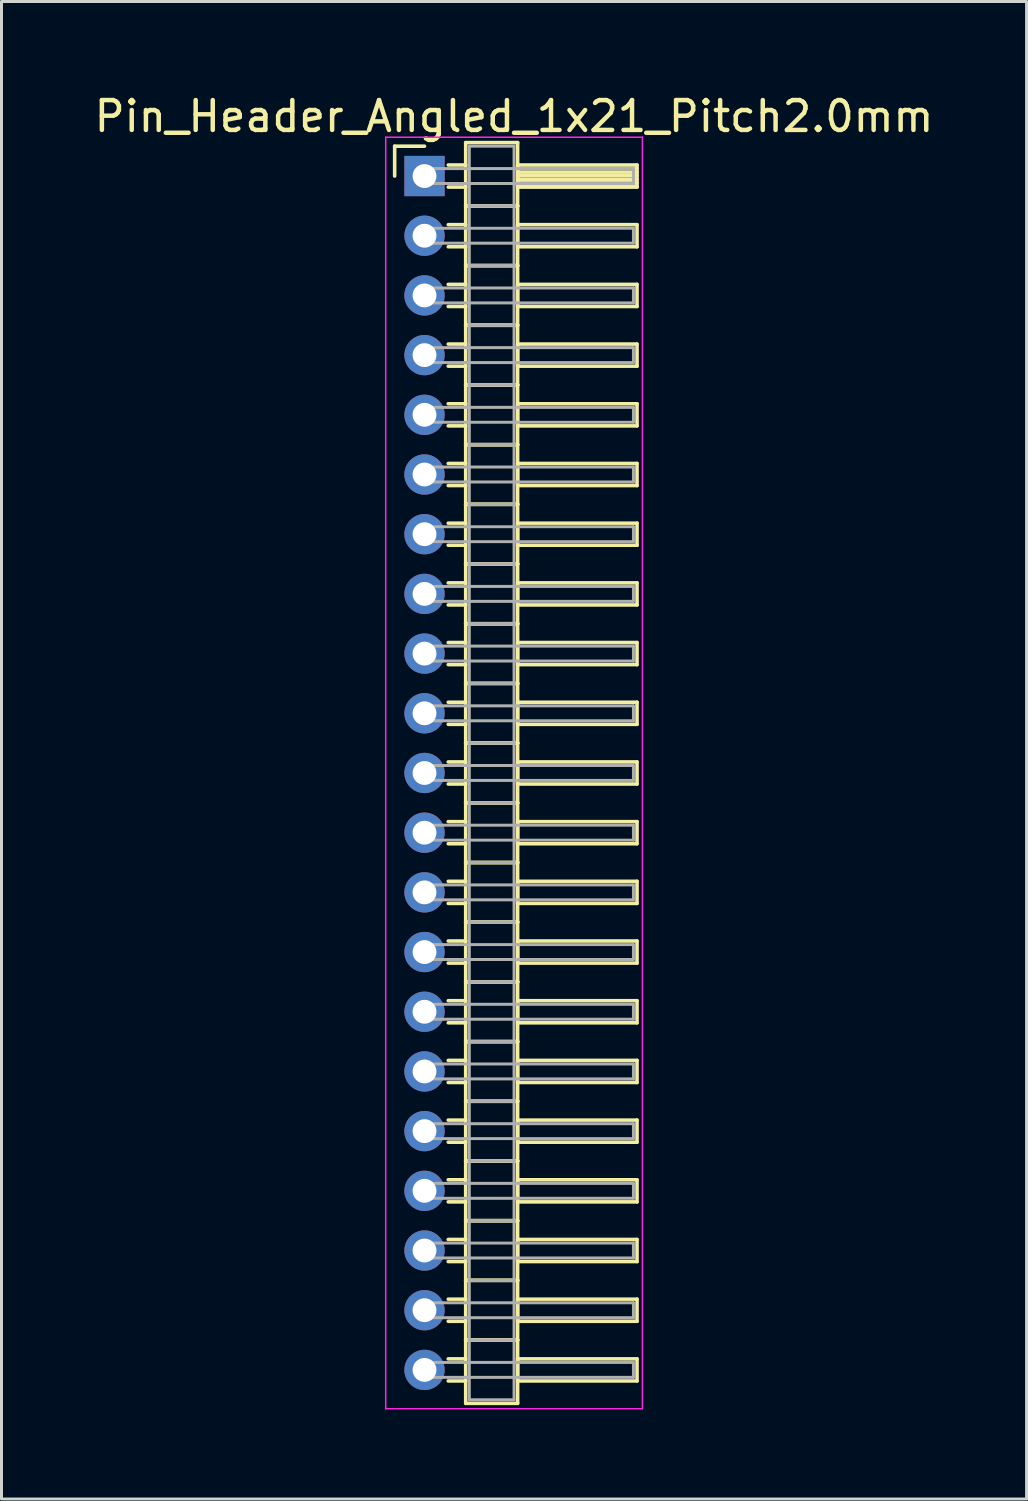
<source format=kicad_pcb>
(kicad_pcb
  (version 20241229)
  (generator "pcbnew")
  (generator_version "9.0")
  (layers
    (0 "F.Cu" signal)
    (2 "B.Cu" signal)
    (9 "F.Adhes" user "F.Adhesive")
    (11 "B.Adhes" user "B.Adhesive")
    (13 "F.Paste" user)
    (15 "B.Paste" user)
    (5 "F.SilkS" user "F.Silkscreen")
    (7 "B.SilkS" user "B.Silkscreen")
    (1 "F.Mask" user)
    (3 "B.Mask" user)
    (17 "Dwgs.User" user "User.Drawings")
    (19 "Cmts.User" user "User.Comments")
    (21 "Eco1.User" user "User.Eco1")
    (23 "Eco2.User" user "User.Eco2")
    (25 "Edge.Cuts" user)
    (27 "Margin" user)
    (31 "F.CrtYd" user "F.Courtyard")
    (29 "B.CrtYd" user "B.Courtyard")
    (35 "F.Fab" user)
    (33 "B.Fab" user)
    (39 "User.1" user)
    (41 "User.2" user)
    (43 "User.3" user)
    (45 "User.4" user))
  (footprint "Pin_Header_Angled_1x21_Pitch2.0mm"
    (layer "F.Cu")
    (at 11.173 2.848)
    (property "Reference" "Pin_Header_Angled_1x21_Pitch2.0mm" (at 3 -2 0) (layer "F.SilkS") (effects (font (size 1 1) (thickness 0.15))))
    (attr through_hole)
    (fp_line (start -1 -1) (end 0 -1) (stroke (width 0.12) (type solid)) (layer "F.SilkS"))
    (fp_line (start -1 0) (end -1 -1) (stroke (width 0.12) (type solid)) (layer "F.SilkS"))
    (fp_line (start 0.795 -0.37) (end 1.38 -0.37) (stroke (width 0.12) (type solid)) (layer "F.SilkS"))
    (fp_line (start 0.795 0.37) (end 1.38 0.37) (stroke (width 0.12) (type solid)) (layer "F.SilkS"))
    (fp_line (start 0.795 1.63) (end 1.38 1.63) (stroke (width 0.12) (type solid)) (layer "F.SilkS"))
    (fp_line (start 0.795 2.37) (end 1.38 2.37) (stroke (width 0.12) (type solid)) (layer "F.SilkS"))
    (fp_line (start 0.795 3.63) (end 1.38 3.63) (stroke (width 0.12) (type solid)) (layer "F.SilkS"))
    (fp_line (start 0.795 4.37) (end 1.38 4.37) (stroke (width 0.12) (type solid)) (layer "F.SilkS"))
    (fp_line (start 0.795 5.63) (end 1.38 5.63) (stroke (width 0.12) (type solid)) (layer "F.SilkS"))
    (fp_line (start 0.795 6.37) (end 1.38 6.37) (stroke (width 0.12) (type solid)) (layer "F.SilkS"))
    (fp_line (start 0.795 7.63) (end 1.38 7.63) (stroke (width 0.12) (type solid)) (layer "F.SilkS"))
    (fp_line (start 0.795 8.37) (end 1.38 8.37) (stroke (width 0.12) (type solid)) (layer "F.SilkS"))
    (fp_line (start 0.795 9.63) (end 1.38 9.63) (stroke (width 0.12) (type solid)) (layer "F.SilkS"))
    (fp_line (start 0.795 10.37) (end 1.38 10.37) (stroke (width 0.12) (type solid)) (layer "F.SilkS"))
    (fp_line (start 0.795 11.63) (end 1.38 11.63) (stroke (width 0.12) (type solid)) (layer "F.SilkS"))
    (fp_line (start 0.795 12.37) (end 1.38 12.37) (stroke (width 0.12) (type solid)) (layer "F.SilkS"))
    (fp_line (start 0.795 13.63) (end 1.38 13.63) (stroke (width 0.12) (type solid)) (layer "F.SilkS"))
    (fp_line (start 0.795 14.37) (end 1.38 14.37) (stroke (width 0.12) (type solid)) (layer "F.SilkS"))
    (fp_line (start 0.795 15.63) (end 1.38 15.63) (stroke (width 0.12) (type solid)) (layer "F.SilkS"))
    (fp_line (start 0.795 16.37) (end 1.38 16.37) (stroke (width 0.12) (type solid)) (layer "F.SilkS"))
    (fp_line (start 0.795 17.63) (end 1.38 17.63) (stroke (width 0.12) (type solid)) (layer "F.SilkS"))
    (fp_line (start 0.795 18.37) (end 1.38 18.37) (stroke (width 0.12) (type solid)) (layer "F.SilkS"))
    (fp_line (start 0.795 19.63) (end 1.38 19.63) (stroke (width 0.12) (type solid)) (layer "F.SilkS"))
    (fp_line (start 0.795 20.37) (end 1.38 20.37) (stroke (width 0.12) (type solid)) (layer "F.SilkS"))
    (fp_line (start 0.795 21.63) (end 1.38 21.63) (stroke (width 0.12) (type solid)) (layer "F.SilkS"))
    (fp_line (start 0.795 22.37) (end 1.38 22.37) (stroke (width 0.12) (type solid)) (layer "F.SilkS"))
    (fp_line (start 0.795 23.63) (end 1.38 23.63) (stroke (width 0.12) (type solid)) (layer "F.SilkS"))
    (fp_line (start 0.795 24.37) (end 1.38 24.37) (stroke (width 0.12) (type solid)) (layer "F.SilkS"))
    (fp_line (start 0.795 25.63) (end 1.38 25.63) (stroke (width 0.12) (type solid)) (layer "F.SilkS"))
    (fp_line (start 0.795 26.37) (end 1.38 26.37) (stroke (width 0.12) (type solid)) (layer "F.SilkS"))
    (fp_line (start 0.795 27.63) (end 1.38 27.63) (stroke (width 0.12) (type solid)) (layer "F.SilkS"))
    (fp_line (start 0.795 28.37) (end 1.38 28.37) (stroke (width 0.12) (type solid)) (layer "F.SilkS"))
    (fp_line (start 0.795 29.63) (end 1.38 29.63) (stroke (width 0.12) (type solid)) (layer "F.SilkS"))
    (fp_line (start 0.795 30.37) (end 1.38 30.37) (stroke (width 0.12) (type solid)) (layer "F.SilkS"))
    (fp_line (start 0.795 31.63) (end 1.38 31.63) (stroke (width 0.12) (type solid)) (layer "F.SilkS"))
    (fp_line (start 0.795 32.37) (end 1.38 32.37) (stroke (width 0.12) (type solid)) (layer "F.SilkS"))
    (fp_line (start 0.795 33.63) (end 1.38 33.63) (stroke (width 0.12) (type solid)) (layer "F.SilkS"))
    (fp_line (start 0.795 34.37) (end 1.38 34.37) (stroke (width 0.12) (type solid)) (layer "F.SilkS"))
    (fp_line (start 0.795 35.63) (end 1.38 35.63) (stroke (width 0.12) (type solid)) (layer "F.SilkS"))
    (fp_line (start 0.795 36.37) (end 1.38 36.37) (stroke (width 0.12) (type solid)) (layer "F.SilkS"))
    (fp_line (start 0.795 37.63) (end 1.38 37.63) (stroke (width 0.12) (type solid)) (layer "F.SilkS"))
    (fp_line (start 0.795 38.37) (end 1.38 38.37) (stroke (width 0.12) (type solid)) (layer "F.SilkS"))
    (fp_line (start 0.795 39.63) (end 1.38 39.63) (stroke (width 0.12) (type solid)) (layer "F.SilkS"))
    (fp_line (start 0.795 40.37) (end 1.38 40.37) (stroke (width 0.12) (type solid)) (layer "F.SilkS"))
    (fp_line (start 1.38 -1.12) (end 1.38 1) (stroke (width 0.12) (type solid)) (layer "F.SilkS"))
    (fp_line (start 1.38 1) (end 1.38 3) (stroke (width 0.12) (type solid)) (layer "F.SilkS"))
    (fp_line (start 1.38 1) (end 3.12 1) (stroke (width 0.12) (type solid)) (layer "F.SilkS"))
    (fp_line (start 1.38 3) (end 1.38 5) (stroke (width 0.12) (type solid)) (layer "F.SilkS"))
    (fp_line (start 1.38 3) (end 3.12 3) (stroke (width 0.12) (type solid)) (layer "F.SilkS"))
    (fp_line (start 1.38 5) (end 1.38 7) (stroke (width 0.12) (type solid)) (layer "F.SilkS"))
    (fp_line (start 1.38 5) (end 3.12 5) (stroke (width 0.12) (type solid)) (layer "F.SilkS"))
    (fp_line (start 1.38 7) (end 1.38 9) (stroke (width 0.12) (type solid)) (layer "F.SilkS"))
    (fp_line (start 1.38 7) (end 3.12 7) (stroke (width 0.12) (type solid)) (layer "F.SilkS"))
    (fp_line (start 1.38 9) (end 1.38 11) (stroke (width 0.12) (type solid)) (layer "F.SilkS"))
    (fp_line (start 1.38 9) (end 3.12 9) (stroke (width 0.12) (type solid)) (layer "F.SilkS"))
    (fp_line (start 1.38 11) (end 1.38 13) (stroke (width 0.12) (type solid)) (layer "F.SilkS"))
    (fp_line (start 1.38 11) (end 3.12 11) (stroke (width 0.12) (type solid)) (layer "F.SilkS"))
    (fp_line (start 1.38 13) (end 1.38 15) (stroke (width 0.12) (type solid)) (layer "F.SilkS"))
    (fp_line (start 1.38 13) (end 3.12 13) (stroke (width 0.12) (type solid)) (layer "F.SilkS"))
    (fp_line (start 1.38 15) (end 1.38 17) (stroke (width 0.12) (type solid)) (layer "F.SilkS"))
    (fp_line (start 1.38 15) (end 3.12 15) (stroke (width 0.12) (type solid)) (layer "F.SilkS"))
    (fp_line (start 1.38 17) (end 1.38 19) (stroke (width 0.12) (type solid)) (layer "F.SilkS"))
    (fp_line (start 1.38 17) (end 3.12 17) (stroke (width 0.12) (type solid)) (layer "F.SilkS"))
    (fp_line (start 1.38 19) (end 1.38 21) (stroke (width 0.12) (type solid)) (layer "F.SilkS"))
    (fp_line (start 1.38 19) (end 3.12 19) (stroke (width 0.12) (type solid)) (layer "F.SilkS"))
    (fp_line (start 1.38 21) (end 1.38 23) (stroke (width 0.12) (type solid)) (layer "F.SilkS"))
    (fp_line (start 1.38 21) (end 3.12 21) (stroke (width 0.12) (type solid)) (layer "F.SilkS"))
    (fp_line (start 1.38 23) (end 1.38 25) (stroke (width 0.12) (type solid)) (layer "F.SilkS"))
    (fp_line (start 1.38 23) (end 3.12 23) (stroke (width 0.12) (type solid)) (layer "F.SilkS"))
    (fp_line (start 1.38 25) (end 1.38 27) (stroke (width 0.12) (type solid)) (layer "F.SilkS"))
    (fp_line (start 1.38 25) (end 3.12 25) (stroke (width 0.12) (type solid)) (layer "F.SilkS"))
    (fp_line (start 1.38 27) (end 1.38 29) (stroke (width 0.12) (type solid)) (layer "F.SilkS"))
    (fp_line (start 1.38 27) (end 3.12 27) (stroke (width 0.12) (type solid)) (layer "F.SilkS"))
    (fp_line (start 1.38 29) (end 1.38 31) (stroke (width 0.12) (type solid)) (layer "F.SilkS"))
    (fp_line (start 1.38 29) (end 3.12 29) (stroke (width 0.12) (type solid)) (layer "F.SilkS"))
    (fp_line (start 1.38 31) (end 1.38 33) (stroke (width 0.12) (type solid)) (layer "F.SilkS"))
    (fp_line (start 1.38 31) (end 3.12 31) (stroke (width 0.12) (type solid)) (layer "F.SilkS"))
    (fp_line (start 1.38 33) (end 1.38 35) (stroke (width 0.12) (type solid)) (layer "F.SilkS"))
    (fp_line (start 1.38 33) (end 3.12 33) (stroke (width 0.12) (type solid)) (layer "F.SilkS"))
    (fp_line (start 1.38 35) (end 1.38 37) (stroke (width 0.12) (type solid)) (layer "F.SilkS"))
    (fp_line (start 1.38 35) (end 3.12 35) (stroke (width 0.12) (type solid)) (layer "F.SilkS"))
    (fp_line (start 1.38 37) (end 1.38 39) (stroke (width 0.12) (type solid)) (layer "F.SilkS"))
    (fp_line (start 1.38 37) (end 3.12 37) (stroke (width 0.12) (type solid)) (layer "F.SilkS"))
    (fp_line (start 1.38 39) (end 1.38 41.12) (stroke (width 0.12) (type solid)) (layer "F.SilkS"))
    (fp_line (start 1.38 39) (end 3.12 39) (stroke (width 0.12) (type solid)) (layer "F.SilkS"))
    (fp_line (start 1.38 41.12) (end 3.12 41.12) (stroke (width 0.12) (type solid)) (layer "F.SilkS"))
    (fp_line (start 3.12 -1.12) (end 1.38 -1.12) (stroke (width 0.12) (type solid)) (layer "F.SilkS"))
    (fp_line (start 3.12 -0.37) (end 3.12 0.37) (stroke (width 0.12) (type solid)) (layer "F.SilkS"))
    (fp_line (start 3.12 -0.25) (end 7.12 -0.25) (stroke (width 0.12) (type solid)) (layer "F.SilkS"))
    (fp_line (start 3.12 -0.13) (end 7.12 -0.13) (stroke (width 0.12) (type solid)) (layer "F.SilkS"))
    (fp_line (start 3.12 -0.01) (end 7.12 -0.01) (stroke (width 0.12) (type solid)) (layer "F.SilkS"))
    (fp_line (start 3.12 0.11) (end 7.12 0.11) (stroke (width 0.12) (type solid)) (layer "F.SilkS"))
    (fp_line (start 3.12 0.23) (end 7.12 0.23) (stroke (width 0.12) (type solid)) (layer "F.SilkS"))
    (fp_line (start 3.12 0.35) (end 7.12 0.35) (stroke (width 0.12) (type solid)) (layer "F.SilkS"))
    (fp_line (start 3.12 0.37) (end 7.12 0.37) (stroke (width 0.12) (type solid)) (layer "F.SilkS"))
    (fp_line (start 3.12 1) (end 1.38 1) (stroke (width 0.12) (type solid)) (layer "F.SilkS"))
    (fp_line (start 3.12 1) (end 3.12 -1.12) (stroke (width 0.12) (type solid)) (layer "F.SilkS"))
    (fp_line (start 3.12 1.63) (end 3.12 2.37) (stroke (width 0.12) (type solid)) (layer "F.SilkS"))
    (fp_line (start 3.12 2.37) (end 7.12 2.37) (stroke (width 0.12) (type solid)) (layer "F.SilkS"))
    (fp_line (start 3.12 3) (end 1.38 3) (stroke (width 0.12) (type solid)) (layer "F.SilkS"))
    (fp_line (start 3.12 3) (end 3.12 1) (stroke (width 0.12) (type solid)) (layer "F.SilkS"))
    (fp_line (start 3.12 3.63) (end 3.12 4.37) (stroke (width 0.12) (type solid)) (layer "F.SilkS"))
    (fp_line (start 3.12 4.37) (end 7.12 4.37) (stroke (width 0.12) (type solid)) (layer "F.SilkS"))
    (fp_line (start 3.12 5) (end 1.38 5) (stroke (width 0.12) (type solid)) (layer "F.SilkS"))
    (fp_line (start 3.12 5) (end 3.12 3) (stroke (width 0.12) (type solid)) (layer "F.SilkS"))
    (fp_line (start 3.12 5.63) (end 3.12 6.37) (stroke (width 0.12) (type solid)) (layer "F.SilkS"))
    (fp_line (start 3.12 6.37) (end 7.12 6.37) (stroke (width 0.12) (type solid)) (layer "F.SilkS"))
    (fp_line (start 3.12 7) (end 1.38 7) (stroke (width 0.12) (type solid)) (layer "F.SilkS"))
    (fp_line (start 3.12 7) (end 3.12 5) (stroke (width 0.12) (type solid)) (layer "F.SilkS"))
    (fp_line (start 3.12 7.63) (end 3.12 8.37) (stroke (width 0.12) (type solid)) (layer "F.SilkS"))
    (fp_line (start 3.12 8.37) (end 7.12 8.37) (stroke (width 0.12) (type solid)) (layer "F.SilkS"))
    (fp_line (start 3.12 9) (end 1.38 9) (stroke (width 0.12) (type solid)) (layer "F.SilkS"))
    (fp_line (start 3.12 9) (end 3.12 7) (stroke (width 0.12) (type solid)) (layer "F.SilkS"))
    (fp_line (start 3.12 9.63) (end 3.12 10.37) (stroke (width 0.12) (type solid)) (layer "F.SilkS"))
    (fp_line (start 3.12 10.37) (end 7.12 10.37) (stroke (width 0.12) (type solid)) (layer "F.SilkS"))
    (fp_line (start 3.12 11) (end 1.38 11) (stroke (width 0.12) (type solid)) (layer "F.SilkS"))
    (fp_line (start 3.12 11) (end 3.12 9) (stroke (width 0.12) (type solid)) (layer "F.SilkS"))
    (fp_line (start 3.12 11.63) (end 3.12 12.37) (stroke (width 0.12) (type solid)) (layer "F.SilkS"))
    (fp_line (start 3.12 12.37) (end 7.12 12.37) (stroke (width 0.12) (type solid)) (layer "F.SilkS"))
    (fp_line (start 3.12 13) (end 1.38 13) (stroke (width 0.12) (type solid)) (layer "F.SilkS"))
    (fp_line (start 3.12 13) (end 3.12 11) (stroke (width 0.12) (type solid)) (layer "F.SilkS"))
    (fp_line (start 3.12 13.63) (end 3.12 14.37) (stroke (width 0.12) (type solid)) (layer "F.SilkS"))
    (fp_line (start 3.12 14.37) (end 7.12 14.37) (stroke (width 0.12) (type solid)) (layer "F.SilkS"))
    (fp_line (start 3.12 15) (end 1.38 15) (stroke (width 0.12) (type solid)) (layer "F.SilkS"))
    (fp_line (start 3.12 15) (end 3.12 13) (stroke (width 0.12) (type solid)) (layer "F.SilkS"))
    (fp_line (start 3.12 15.63) (end 3.12 16.37) (stroke (width 0.12) (type solid)) (layer "F.SilkS"))
    (fp_line (start 3.12 16.37) (end 7.12 16.37) (stroke (width 0.12) (type solid)) (layer "F.SilkS"))
    (fp_line (start 3.12 17) (end 1.38 17) (stroke (width 0.12) (type solid)) (layer "F.SilkS"))
    (fp_line (start 3.12 17) (end 3.12 15) (stroke (width 0.12) (type solid)) (layer "F.SilkS"))
    (fp_line (start 3.12 17.63) (end 3.12 18.37) (stroke (width 0.12) (type solid)) (layer "F.SilkS"))
    (fp_line (start 3.12 18.37) (end 7.12 18.37) (stroke (width 0.12) (type solid)) (layer "F.SilkS"))
    (fp_line (start 3.12 19) (end 1.38 19) (stroke (width 0.12) (type solid)) (layer "F.SilkS"))
    (fp_line (start 3.12 19) (end 3.12 17) (stroke (width 0.12) (type solid)) (layer "F.SilkS"))
    (fp_line (start 3.12 19.63) (end 3.12 20.37) (stroke (width 0.12) (type solid)) (layer "F.SilkS"))
    (fp_line (start 3.12 20.37) (end 7.12 20.37) (stroke (width 0.12) (type solid)) (layer "F.SilkS"))
    (fp_line (start 3.12 21) (end 1.38 21) (stroke (width 0.12) (type solid)) (layer "F.SilkS"))
    (fp_line (start 3.12 21) (end 3.12 19) (stroke (width 0.12) (type solid)) (layer "F.SilkS"))
    (fp_line (start 3.12 21.63) (end 3.12 22.37) (stroke (width 0.12) (type solid)) (layer "F.SilkS"))
    (fp_line (start 3.12 22.37) (end 7.12 22.37) (stroke (width 0.12) (type solid)) (layer "F.SilkS"))
    (fp_line (start 3.12 23) (end 1.38 23) (stroke (width 0.12) (type solid)) (layer "F.SilkS"))
    (fp_line (start 3.12 23) (end 3.12 21) (stroke (width 0.12) (type solid)) (layer "F.SilkS"))
    (fp_line (start 3.12 23.63) (end 3.12 24.37) (stroke (width 0.12) (type solid)) (layer "F.SilkS"))
    (fp_line (start 3.12 24.37) (end 7.12 24.37) (stroke (width 0.12) (type solid)) (layer "F.SilkS"))
    (fp_line (start 3.12 25) (end 1.38 25) (stroke (width 0.12) (type solid)) (layer "F.SilkS"))
    (fp_line (start 3.12 25) (end 3.12 23) (stroke (width 0.12) (type solid)) (layer "F.SilkS"))
    (fp_line (start 3.12 25.63) (end 3.12 26.37) (stroke (width 0.12) (type solid)) (layer "F.SilkS"))
    (fp_line (start 3.12 26.37) (end 7.12 26.37) (stroke (width 0.12) (type solid)) (layer "F.SilkS"))
    (fp_line (start 3.12 27) (end 1.38 27) (stroke (width 0.12) (type solid)) (layer "F.SilkS"))
    (fp_line (start 3.12 27) (end 3.12 25) (stroke (width 0.12) (type solid)) (layer "F.SilkS"))
    (fp_line (start 3.12 27.63) (end 3.12 28.37) (stroke (width 0.12) (type solid)) (layer "F.SilkS"))
    (fp_line (start 3.12 28.37) (end 7.12 28.37) (stroke (width 0.12) (type solid)) (layer "F.SilkS"))
    (fp_line (start 3.12 29) (end 1.38 29) (stroke (width 0.12) (type solid)) (layer "F.SilkS"))
    (fp_line (start 3.12 29) (end 3.12 27) (stroke (width 0.12) (type solid)) (layer "F.SilkS"))
    (fp_line (start 3.12 29.63) (end 3.12 30.37) (stroke (width 0.12) (type solid)) (layer "F.SilkS"))
    (fp_line (start 3.12 30.37) (end 7.12 30.37) (stroke (width 0.12) (type solid)) (layer "F.SilkS"))
    (fp_line (start 3.12 31) (end 1.38 31) (stroke (width 0.12) (type solid)) (layer "F.SilkS"))
    (fp_line (start 3.12 31) (end 3.12 29) (stroke (width 0.12) (type solid)) (layer "F.SilkS"))
    (fp_line (start 3.12 31.63) (end 3.12 32.37) (stroke (width 0.12) (type solid)) (layer "F.SilkS"))
    (fp_line (start 3.12 32.37) (end 7.12 32.37) (stroke (width 0.12) (type solid)) (layer "F.SilkS"))
    (fp_line (start 3.12 33) (end 1.38 33) (stroke (width 0.12) (type solid)) (layer "F.SilkS"))
    (fp_line (start 3.12 33) (end 3.12 31) (stroke (width 0.12) (type solid)) (layer "F.SilkS"))
    (fp_line (start 3.12 33.63) (end 3.12 34.37) (stroke (width 0.12) (type solid)) (layer "F.SilkS"))
    (fp_line (start 3.12 34.37) (end 7.12 34.37) (stroke (width 0.12) (type solid)) (layer "F.SilkS"))
    (fp_line (start 3.12 35) (end 1.38 35) (stroke (width 0.12) (type solid)) (layer "F.SilkS"))
    (fp_line (start 3.12 35) (end 3.12 33) (stroke (width 0.12) (type solid)) (layer "F.SilkS"))
    (fp_line (start 3.12 35.63) (end 3.12 36.37) (stroke (width 0.12) (type solid)) (layer "F.SilkS"))
    (fp_line (start 3.12 36.37) (end 7.12 36.37) (stroke (width 0.12) (type solid)) (layer "F.SilkS"))
    (fp_line (start 3.12 37) (end 1.38 37) (stroke (width 0.12) (type solid)) (layer "F.SilkS"))
    (fp_line (start 3.12 37) (end 3.12 35) (stroke (width 0.12) (type solid)) (layer "F.SilkS"))
    (fp_line (start 3.12 37.63) (end 3.12 38.37) (stroke (width 0.12) (type solid)) (layer "F.SilkS"))
    (fp_line (start 3.12 38.37) (end 7.12 38.37) (stroke (width 0.12) (type solid)) (layer "F.SilkS"))
    (fp_line (start 3.12 39) (end 1.38 39) (stroke (width 0.12) (type solid)) (layer "F.SilkS"))
    (fp_line (start 3.12 39) (end 3.12 37) (stroke (width 0.12) (type solid)) (layer "F.SilkS"))
    (fp_line (start 3.12 39.63) (end 3.12 40.37) (stroke (width 0.12) (type solid)) (layer "F.SilkS"))
    (fp_line (start 3.12 40.37) (end 7.12 40.37) (stroke (width 0.12) (type solid)) (layer "F.SilkS"))
    (fp_line (start 3.12 41.12) (end 3.12 39) (stroke (width 0.12) (type solid)) (layer "F.SilkS"))
    (fp_line (start 7.12 -0.37) (end 3.12 -0.37) (stroke (width 0.12) (type solid)) (layer "F.SilkS"))
    (fp_line (start 7.12 0.37) (end 7.12 -0.37) (stroke (width 0.12) (type solid)) (layer "F.SilkS"))
    (fp_line (start 7.12 1.63) (end 3.12 1.63) (stroke (width 0.12) (type solid)) (layer "F.SilkS"))
    (fp_line (start 7.12 2.37) (end 7.12 1.63) (stroke (width 0.12) (type solid)) (layer "F.SilkS"))
    (fp_line (start 7.12 3.63) (end 3.12 3.63) (stroke (width 0.12) (type solid)) (layer "F.SilkS"))
    (fp_line (start 7.12 4.37) (end 7.12 3.63) (stroke (width 0.12) (type solid)) (layer "F.SilkS"))
    (fp_line (start 7.12 5.63) (end 3.12 5.63) (stroke (width 0.12) (type solid)) (layer "F.SilkS"))
    (fp_line (start 7.12 6.37) (end 7.12 5.63) (stroke (width 0.12) (type solid)) (layer "F.SilkS"))
    (fp_line (start 7.12 7.63) (end 3.12 7.63) (stroke (width 0.12) (type solid)) (layer "F.SilkS"))
    (fp_line (start 7.12 8.37) (end 7.12 7.63) (stroke (width 0.12) (type solid)) (layer "F.SilkS"))
    (fp_line (start 7.12 9.63) (end 3.12 9.63) (stroke (width 0.12) (type solid)) (layer "F.SilkS"))
    (fp_line (start 7.12 10.37) (end 7.12 9.63) (stroke (width 0.12) (type solid)) (layer "F.SilkS"))
    (fp_line (start 7.12 11.63) (end 3.12 11.63) (stroke (width 0.12) (type solid)) (layer "F.SilkS"))
    (fp_line (start 7.12 12.37) (end 7.12 11.63) (stroke (width 0.12) (type solid)) (layer "F.SilkS"))
    (fp_line (start 7.12 13.63) (end 3.12 13.63) (stroke (width 0.12) (type solid)) (layer "F.SilkS"))
    (fp_line (start 7.12 14.37) (end 7.12 13.63) (stroke (width 0.12) (type solid)) (layer "F.SilkS"))
    (fp_line (start 7.12 15.63) (end 3.12 15.63) (stroke (width 0.12) (type solid)) (layer "F.SilkS"))
    (fp_line (start 7.12 16.37) (end 7.12 15.63) (stroke (width 0.12) (type solid)) (layer "F.SilkS"))
    (fp_line (start 7.12 17.63) (end 3.12 17.63) (stroke (width 0.12) (type solid)) (layer "F.SilkS"))
    (fp_line (start 7.12 18.37) (end 7.12 17.63) (stroke (width 0.12) (type solid)) (layer "F.SilkS"))
    (fp_line (start 7.12 19.63) (end 3.12 19.63) (stroke (width 0.12) (type solid)) (layer "F.SilkS"))
    (fp_line (start 7.12 20.37) (end 7.12 19.63) (stroke (width 0.12) (type solid)) (layer "F.SilkS"))
    (fp_line (start 7.12 21.63) (end 3.12 21.63) (stroke (width 0.12) (type solid)) (layer "F.SilkS"))
    (fp_line (start 7.12 22.37) (end 7.12 21.63) (stroke (width 0.12) (type solid)) (layer "F.SilkS"))
    (fp_line (start 7.12 23.63) (end 3.12 23.63) (stroke (width 0.12) (type solid)) (layer "F.SilkS"))
    (fp_line (start 7.12 24.37) (end 7.12 23.63) (stroke (width 0.12) (type solid)) (layer "F.SilkS"))
    (fp_line (start 7.12 25.63) (end 3.12 25.63) (stroke (width 0.12) (type solid)) (layer "F.SilkS"))
    (fp_line (start 7.12 26.37) (end 7.12 25.63) (stroke (width 0.12) (type solid)) (layer "F.SilkS"))
    (fp_line (start 7.12 27.63) (end 3.12 27.63) (stroke (width 0.12) (type solid)) (layer "F.SilkS"))
    (fp_line (start 7.12 28.37) (end 7.12 27.63) (stroke (width 0.12) (type solid)) (layer "F.SilkS"))
    (fp_line (start 7.12 29.63) (end 3.12 29.63) (stroke (width 0.12) (type solid)) (layer "F.SilkS"))
    (fp_line (start 7.12 30.37) (end 7.12 29.63) (stroke (width 0.12) (type solid)) (layer "F.SilkS"))
    (fp_line (start 7.12 31.63) (end 3.12 31.63) (stroke (width 0.12) (type solid)) (layer "F.SilkS"))
    (fp_line (start 7.12 32.37) (end 7.12 31.63) (stroke (width 0.12) (type solid)) (layer "F.SilkS"))
    (fp_line (start 7.12 33.63) (end 3.12 33.63) (stroke (width 0.12) (type solid)) (layer "F.SilkS"))
    (fp_line (start 7.12 34.37) (end 7.12 33.63) (stroke (width 0.12) (type solid)) (layer "F.SilkS"))
    (fp_line (start 7.12 35.63) (end 3.12 35.63) (stroke (width 0.12) (type solid)) (layer "F.SilkS"))
    (fp_line (start 7.12 36.37) (end 7.12 35.63) (stroke (width 0.12) (type solid)) (layer "F.SilkS"))
    (fp_line (start 7.12 37.63) (end 3.12 37.63) (stroke (width 0.12) (type solid)) (layer "F.SilkS"))
    (fp_line (start 7.12 38.37) (end 7.12 37.63) (stroke (width 0.12) (type solid)) (layer "F.SilkS"))
    (fp_line (start 7.12 39.63) (end 3.12 39.63) (stroke (width 0.12) (type solid)) (layer "F.SilkS"))
    (fp_line (start 7.12 40.37) (end 7.12 39.63) (stroke (width 0.12) (type solid)) (layer "F.SilkS"))
    (fp_line (start -1.3 -1.3) (end -1.3 41.3) (stroke (width 0.05) (type solid)) (layer "F.CrtYd"))
    (fp_line (start -1.3 41.3) (end 7.3 41.3) (stroke (width 0.05) (type solid)) (layer "F.CrtYd"))
    (fp_line (start 7.3 -1.3) (end -1.3 -1.3) (stroke (width 0.05) (type solid)) (layer "F.CrtYd"))
    (fp_line (start 7.3 41.3) (end 7.3 -1.3) (stroke (width 0.05) (type solid)) (layer "F.CrtYd"))
    (fp_line (start 0 -0.25) (end 0 0.25) (stroke (width 0.1) (type solid)) (layer "F.Fab"))
    (fp_line (start 0 0.25) (end 7 0.25) (stroke (width 0.1) (type solid)) (layer "F.Fab"))
    (fp_line (start 0 1.75) (end 0 2.25) (stroke (width 0.1) (type solid)) (layer "F.Fab"))
    (fp_line (start 0 2.25) (end 7 2.25) (stroke (width 0.1) (type solid)) (layer "F.Fab"))
    (fp_line (start 0 3.75) (end 0 4.25) (stroke (width 0.1) (type solid)) (layer "F.Fab"))
    (fp_line (start 0 4.25) (end 7 4.25) (stroke (width 0.1) (type solid)) (layer "F.Fab"))
    (fp_line (start 0 5.75) (end 0 6.25) (stroke (width 0.1) (type solid)) (layer "F.Fab"))
    (fp_line (start 0 6.25) (end 7 6.25) (stroke (width 0.1) (type solid)) (layer "F.Fab"))
    (fp_line (start 0 7.75) (end 0 8.25) (stroke (width 0.1) (type solid)) (layer "F.Fab"))
    (fp_line (start 0 8.25) (end 7 8.25) (stroke (width 0.1) (type solid)) (layer "F.Fab"))
    (fp_line (start 0 9.75) (end 0 10.25) (stroke (width 0.1) (type solid)) (layer "F.Fab"))
    (fp_line (start 0 10.25) (end 7 10.25) (stroke (width 0.1) (type solid)) (layer "F.Fab"))
    (fp_line (start 0 11.75) (end 0 12.25) (stroke (width 0.1) (type solid)) (layer "F.Fab"))
    (fp_line (start 0 12.25) (end 7 12.25) (stroke (width 0.1) (type solid)) (layer "F.Fab"))
    (fp_line (start 0 13.75) (end 0 14.25) (stroke (width 0.1) (type solid)) (layer "F.Fab"))
    (fp_line (start 0 14.25) (end 7 14.25) (stroke (width 0.1) (type solid)) (layer "F.Fab"))
    (fp_line (start 0 15.75) (end 0 16.25) (stroke (width 0.1) (type solid)) (layer "F.Fab"))
    (fp_line (start 0 16.25) (end 7 16.25) (stroke (width 0.1) (type solid)) (layer "F.Fab"))
    (fp_line (start 0 17.75) (end 0 18.25) (stroke (width 0.1) (type solid)) (layer "F.Fab"))
    (fp_line (start 0 18.25) (end 7 18.25) (stroke (width 0.1) (type solid)) (layer "F.Fab"))
    (fp_line (start 0 19.75) (end 0 20.25) (stroke (width 0.1) (type solid)) (layer "F.Fab"))
    (fp_line (start 0 20.25) (end 7 20.25) (stroke (width 0.1) (type solid)) (layer "F.Fab"))
    (fp_line (start 0 21.75) (end 0 22.25) (stroke (width 0.1) (type solid)) (layer "F.Fab"))
    (fp_line (start 0 22.25) (end 7 22.25) (stroke (width 0.1) (type solid)) (layer "F.Fab"))
    (fp_line (start 0 23.75) (end 0 24.25) (stroke (width 0.1) (type solid)) (layer "F.Fab"))
    (fp_line (start 0 24.25) (end 7 24.25) (stroke (width 0.1) (type solid)) (layer "F.Fab"))
    (fp_line (start 0 25.75) (end 0 26.25) (stroke (width 0.1) (type solid)) (layer "F.Fab"))
    (fp_line (start 0 26.25) (end 7 26.25) (stroke (width 0.1) (type solid)) (layer "F.Fab"))
    (fp_line (start 0 27.75) (end 0 28.25) (stroke (width 0.1) (type solid)) (layer "F.Fab"))
    (fp_line (start 0 28.25) (end 7 28.25) (stroke (width 0.1) (type solid)) (layer "F.Fab"))
    (fp_line (start 0 29.75) (end 0 30.25) (stroke (width 0.1) (type solid)) (layer "F.Fab"))
    (fp_line (start 0 30.25) (end 7 30.25) (stroke (width 0.1) (type solid)) (layer "F.Fab"))
    (fp_line (start 0 31.75) (end 0 32.25) (stroke (width 0.1) (type solid)) (layer "F.Fab"))
    (fp_line (start 0 32.25) (end 7 32.25) (stroke (width 0.1) (type solid)) (layer "F.Fab"))
    (fp_line (start 0 33.75) (end 0 34.25) (stroke (width 0.1) (type solid)) (layer "F.Fab"))
    (fp_line (start 0 34.25) (end 7 34.25) (stroke (width 0.1) (type solid)) (layer "F.Fab"))
    (fp_line (start 0 35.75) (end 0 36.25) (stroke (width 0.1) (type solid)) (layer "F.Fab"))
    (fp_line (start 0 36.25) (end 7 36.25) (stroke (width 0.1) (type solid)) (layer "F.Fab"))
    (fp_line (start 0 37.75) (end 0 38.25) (stroke (width 0.1) (type solid)) (layer "F.Fab"))
    (fp_line (start 0 38.25) (end 7 38.25) (stroke (width 0.1) (type solid)) (layer "F.Fab"))
    (fp_line (start 0 39.75) (end 0 40.25) (stroke (width 0.1) (type solid)) (layer "F.Fab"))
    (fp_line (start 0 40.25) (end 7 40.25) (stroke (width 0.1) (type solid)) (layer "F.Fab"))
    (fp_line (start 1.5 -1) (end 1.5 1) (stroke (width 0.1) (type solid)) (layer "F.Fab"))
    (fp_line (start 1.5 1) (end 1.5 3) (stroke (width 0.1) (type solid)) (layer "F.Fab"))
    (fp_line (start 1.5 1) (end 3 1) (stroke (width 0.1) (type solid)) (layer "F.Fab"))
    (fp_line (start 1.5 3) (end 1.5 5) (stroke (width 0.1) (type solid)) (layer "F.Fab"))
    (fp_line (start 1.5 3) (end 3 3) (stroke (width 0.1) (type solid)) (layer "F.Fab"))
    (fp_line (start 1.5 5) (end 1.5 7) (stroke (width 0.1) (type solid)) (layer "F.Fab"))
    (fp_line (start 1.5 5) (end 3 5) (stroke (width 0.1) (type solid)) (layer "F.Fab"))
    (fp_line (start 1.5 7) (end 1.5 9) (stroke (width 0.1) (type solid)) (layer "F.Fab"))
    (fp_line (start 1.5 7) (end 3 7) (stroke (width 0.1) (type solid)) (layer "F.Fab"))
    (fp_line (start 1.5 9) (end 1.5 11) (stroke (width 0.1) (type solid)) (layer "F.Fab"))
    (fp_line (start 1.5 9) (end 3 9) (stroke (width 0.1) (type solid)) (layer "F.Fab"))
    (fp_line (start 1.5 11) (end 1.5 13) (stroke (width 0.1) (type solid)) (layer "F.Fab"))
    (fp_line (start 1.5 11) (end 3 11) (stroke (width 0.1) (type solid)) (layer "F.Fab"))
    (fp_line (start 1.5 13) (end 1.5 15) (stroke (width 0.1) (type solid)) (layer "F.Fab"))
    (fp_line (start 1.5 13) (end 3 13) (stroke (width 0.1) (type solid)) (layer "F.Fab"))
    (fp_line (start 1.5 15) (end 1.5 17) (stroke (width 0.1) (type solid)) (layer "F.Fab"))
    (fp_line (start 1.5 15) (end 3 15) (stroke (width 0.1) (type solid)) (layer "F.Fab"))
    (fp_line (start 1.5 17) (end 1.5 19) (stroke (width 0.1) (type solid)) (layer "F.Fab"))
    (fp_line (start 1.5 17) (end 3 17) (stroke (width 0.1) (type solid)) (layer "F.Fab"))
    (fp_line (start 1.5 19) (end 1.5 21) (stroke (width 0.1) (type solid)) (layer "F.Fab"))
    (fp_line (start 1.5 19) (end 3 19) (stroke (width 0.1) (type solid)) (layer "F.Fab"))
    (fp_line (start 1.5 21) (end 1.5 23) (stroke (width 0.1) (type solid)) (layer "F.Fab"))
    (fp_line (start 1.5 21) (end 3 21) (stroke (width 0.1) (type solid)) (layer "F.Fab"))
    (fp_line (start 1.5 23) (end 1.5 25) (stroke (width 0.1) (type solid)) (layer "F.Fab"))
    (fp_line (start 1.5 23) (end 3 23) (stroke (width 0.1) (type solid)) (layer "F.Fab"))
    (fp_line (start 1.5 25) (end 1.5 27) (stroke (width 0.1) (type solid)) (layer "F.Fab"))
    (fp_line (start 1.5 25) (end 3 25) (stroke (width 0.1) (type solid)) (layer "F.Fab"))
    (fp_line (start 1.5 27) (end 1.5 29) (stroke (width 0.1) (type solid)) (layer "F.Fab"))
    (fp_line (start 1.5 27) (end 3 27) (stroke (width 0.1) (type solid)) (layer "F.Fab"))
    (fp_line (start 1.5 29) (end 1.5 31) (stroke (width 0.1) (type solid)) (layer "F.Fab"))
    (fp_line (start 1.5 29) (end 3 29) (stroke (width 0.1) (type solid)) (layer "F.Fab"))
    (fp_line (start 1.5 31) (end 1.5 33) (stroke (width 0.1) (type solid)) (layer "F.Fab"))
    (fp_line (start 1.5 31) (end 3 31) (stroke (width 0.1) (type solid)) (layer "F.Fab"))
    (fp_line (start 1.5 33) (end 1.5 35) (stroke (width 0.1) (type solid)) (layer "F.Fab"))
    (fp_line (start 1.5 33) (end 3 33) (stroke (width 0.1) (type solid)) (layer "F.Fab"))
    (fp_line (start 1.5 35) (end 1.5 37) (stroke (width 0.1) (type solid)) (layer "F.Fab"))
    (fp_line (start 1.5 35) (end 3 35) (stroke (width 0.1) (type solid)) (layer "F.Fab"))
    (fp_line (start 1.5 37) (end 1.5 39) (stroke (width 0.1) (type solid)) (layer "F.Fab"))
    (fp_line (start 1.5 37) (end 3 37) (stroke (width 0.1) (type solid)) (layer "F.Fab"))
    (fp_line (start 1.5 39) (end 1.5 41) (stroke (width 0.1) (type solid)) (layer "F.Fab"))
    (fp_line (start 1.5 39) (end 3 39) (stroke (width 0.1) (type solid)) (layer "F.Fab"))
    (fp_line (start 1.5 41) (end 3 41) (stroke (width 0.1) (type solid)) (layer "F.Fab"))
    (fp_line (start 3 -1) (end 1.5 -1) (stroke (width 0.1) (type solid)) (layer "F.Fab"))
    (fp_line (start 3 1) (end 1.5 1) (stroke (width 0.1) (type solid)) (layer "F.Fab"))
    (fp_line (start 3 1) (end 3 -1) (stroke (width 0.1) (type solid)) (layer "F.Fab"))
    (fp_line (start 3 3) (end 1.5 3) (stroke (width 0.1) (type solid)) (layer "F.Fab"))
    (fp_line (start 3 3) (end 3 1) (stroke (width 0.1) (type solid)) (layer "F.Fab"))
    (fp_line (start 3 5) (end 1.5 5) (stroke (width 0.1) (type solid)) (layer "F.Fab"))
    (fp_line (start 3 5) (end 3 3) (stroke (width 0.1) (type solid)) (layer "F.Fab"))
    (fp_line (start 3 7) (end 1.5 7) (stroke (width 0.1) (type solid)) (layer "F.Fab"))
    (fp_line (start 3 7) (end 3 5) (stroke (width 0.1) (type solid)) (layer "F.Fab"))
    (fp_line (start 3 9) (end 1.5 9) (stroke (width 0.1) (type solid)) (layer "F.Fab"))
    (fp_line (start 3 9) (end 3 7) (stroke (width 0.1) (type solid)) (layer "F.Fab"))
    (fp_line (start 3 11) (end 1.5 11) (stroke (width 0.1) (type solid)) (layer "F.Fab"))
    (fp_line (start 3 11) (end 3 9) (stroke (width 0.1) (type solid)) (layer "F.Fab"))
    (fp_line (start 3 13) (end 1.5 13) (stroke (width 0.1) (type solid)) (layer "F.Fab"))
    (fp_line (start 3 13) (end 3 11) (stroke (width 0.1) (type solid)) (layer "F.Fab"))
    (fp_line (start 3 15) (end 1.5 15) (stroke (width 0.1) (type solid)) (layer "F.Fab"))
    (fp_line (start 3 15) (end 3 13) (stroke (width 0.1) (type solid)) (layer "F.Fab"))
    (fp_line (start 3 17) (end 1.5 17) (stroke (width 0.1) (type solid)) (layer "F.Fab"))
    (fp_line (start 3 17) (end 3 15) (stroke (width 0.1) (type solid)) (layer "F.Fab"))
    (fp_line (start 3 19) (end 1.5 19) (stroke (width 0.1) (type solid)) (layer "F.Fab"))
    (fp_line (start 3 19) (end 3 17) (stroke (width 0.1) (type solid)) (layer "F.Fab"))
    (fp_line (start 3 21) (end 1.5 21) (stroke (width 0.1) (type solid)) (layer "F.Fab"))
    (fp_line (start 3 21) (end 3 19) (stroke (width 0.1) (type solid)) (layer "F.Fab"))
    (fp_line (start 3 23) (end 1.5 23) (stroke (width 0.1) (type solid)) (layer "F.Fab"))
    (fp_line (start 3 23) (end 3 21) (stroke (width 0.1) (type solid)) (layer "F.Fab"))
    (fp_line (start 3 25) (end 1.5 25) (stroke (width 0.1) (type solid)) (layer "F.Fab"))
    (fp_line (start 3 25) (end 3 23) (stroke (width 0.1) (type solid)) (layer "F.Fab"))
    (fp_line (start 3 27) (end 1.5 27) (stroke (width 0.1) (type solid)) (layer "F.Fab"))
    (fp_line (start 3 27) (end 3 25) (stroke (width 0.1) (type solid)) (layer "F.Fab"))
    (fp_line (start 3 29) (end 1.5 29) (stroke (width 0.1) (type solid)) (layer "F.Fab"))
    (fp_line (start 3 29) (end 3 27) (stroke (width 0.1) (type solid)) (layer "F.Fab"))
    (fp_line (start 3 31) (end 1.5 31) (stroke (width 0.1) (type solid)) (layer "F.Fab"))
    (fp_line (start 3 31) (end 3 29) (stroke (width 0.1) (type solid)) (layer "F.Fab"))
    (fp_line (start 3 33) (end 1.5 33) (stroke (width 0.1) (type solid)) (layer "F.Fab"))
    (fp_line (start 3 33) (end 3 31) (stroke (width 0.1) (type solid)) (layer "F.Fab"))
    (fp_line (start 3 35) (end 1.5 35) (stroke (width 0.1) (type solid)) (layer "F.Fab"))
    (fp_line (start 3 35) (end 3 33) (stroke (width 0.1) (type solid)) (layer "F.Fab"))
    (fp_line (start 3 37) (end 1.5 37) (stroke (width 0.1) (type solid)) (layer "F.Fab"))
    (fp_line (start 3 37) (end 3 35) (stroke (width 0.1) (type solid)) (layer "F.Fab"))
    (fp_line (start 3 39) (end 1.5 39) (stroke (width 0.1) (type solid)) (layer "F.Fab"))
    (fp_line (start 3 39) (end 3 37) (stroke (width 0.1) (type solid)) (layer "F.Fab"))
    (fp_line (start 3 41) (end 3 39) (stroke (width 0.1) (type solid)) (layer "F.Fab"))
    (fp_line (start 7 -0.25) (end 0 -0.25) (stroke (width 0.1) (type solid)) (layer "F.Fab"))
    (fp_line (start 7 0.25) (end 7 -0.25) (stroke (width 0.1) (type solid)) (layer "F.Fab"))
    (fp_line (start 7 1.75) (end 0 1.75) (stroke (width 0.1) (type solid)) (layer "F.Fab"))
    (fp_line (start 7 2.25) (end 7 1.75) (stroke (width 0.1) (type solid)) (layer "F.Fab"))
    (fp_line (start 7 3.75) (end 0 3.75) (stroke (width 0.1) (type solid)) (layer "F.Fab"))
    (fp_line (start 7 4.25) (end 7 3.75) (stroke (width 0.1) (type solid)) (layer "F.Fab"))
    (fp_line (start 7 5.75) (end 0 5.75) (stroke (width 0.1) (type solid)) (layer "F.Fab"))
    (fp_line (start 7 6.25) (end 7 5.75) (stroke (width 0.1) (type solid)) (layer "F.Fab"))
    (fp_line (start 7 7.75) (end 0 7.75) (stroke (width 0.1) (type solid)) (layer "F.Fab"))
    (fp_line (start 7 8.25) (end 7 7.75) (stroke (width 0.1) (type solid)) (layer "F.Fab"))
    (fp_line (start 7 9.75) (end 0 9.75) (stroke (width 0.1) (type solid)) (layer "F.Fab"))
    (fp_line (start 7 10.25) (end 7 9.75) (stroke (width 0.1) (type solid)) (layer "F.Fab"))
    (fp_line (start 7 11.75) (end 0 11.75) (stroke (width 0.1) (type solid)) (layer "F.Fab"))
    (fp_line (start 7 12.25) (end 7 11.75) (stroke (width 0.1) (type solid)) (layer "F.Fab"))
    (fp_line (start 7 13.75) (end 0 13.75) (stroke (width 0.1) (type solid)) (layer "F.Fab"))
    (fp_line (start 7 14.25) (end 7 13.75) (stroke (width 0.1) (type solid)) (layer "F.Fab"))
    (fp_line (start 7 15.75) (end 0 15.75) (stroke (width 0.1) (type solid)) (layer "F.Fab"))
    (fp_line (start 7 16.25) (end 7 15.75) (stroke (width 0.1) (type solid)) (layer "F.Fab"))
    (fp_line (start 7 17.75) (end 0 17.75) (stroke (width 0.1) (type solid)) (layer "F.Fab"))
    (fp_line (start 7 18.25) (end 7 17.75) (stroke (width 0.1) (type solid)) (layer "F.Fab"))
    (fp_line (start 7 19.75) (end 0 19.75) (stroke (width 0.1) (type solid)) (layer "F.Fab"))
    (fp_line (start 7 20.25) (end 7 19.75) (stroke (width 0.1) (type solid)) (layer "F.Fab"))
    (fp_line (start 7 21.75) (end 0 21.75) (stroke (width 0.1) (type solid)) (layer "F.Fab"))
    (fp_line (start 7 22.25) (end 7 21.75) (stroke (width 0.1) (type solid)) (layer "F.Fab"))
    (fp_line (start 7 23.75) (end 0 23.75) (stroke (width 0.1) (type solid)) (layer "F.Fab"))
    (fp_line (start 7 24.25) (end 7 23.75) (stroke (width 0.1) (type solid)) (layer "F.Fab"))
    (fp_line (start 7 25.75) (end 0 25.75) (stroke (width 0.1) (type solid)) (layer "F.Fab"))
    (fp_line (start 7 26.25) (end 7 25.75) (stroke (width 0.1) (type solid)) (layer "F.Fab"))
    (fp_line (start 7 27.75) (end 0 27.75) (stroke (width 0.1) (type solid)) (layer "F.Fab"))
    (fp_line (start 7 28.25) (end 7 27.75) (stroke (width 0.1) (type solid)) (layer "F.Fab"))
    (fp_line (start 7 29.75) (end 0 29.75) (stroke (width 0.1) (type solid)) (layer "F.Fab"))
    (fp_line (start 7 30.25) (end 7 29.75) (stroke (width 0.1) (type solid)) (layer "F.Fab"))
    (fp_line (start 7 31.75) (end 0 31.75) (stroke (width 0.1) (type solid)) (layer "F.Fab"))
    (fp_line (start 7 32.25) (end 7 31.75) (stroke (width 0.1) (type solid)) (layer "F.Fab"))
    (fp_line (start 7 33.75) (end 0 33.75) (stroke (width 0.1) (type solid)) (layer "F.Fab"))
    (fp_line (start 7 34.25) (end 7 33.75) (stroke (width 0.1) (type solid)) (layer "F.Fab"))
    (fp_line (start 7 35.75) (end 0 35.75) (stroke (width 0.1) (type solid)) (layer "F.Fab"))
    (fp_line (start 7 36.25) (end 7 35.75) (stroke (width 0.1) (type solid)) (layer "F.Fab"))
    (fp_line (start 7 37.75) (end 0 37.75) (stroke (width 0.1) (type solid)) (layer "F.Fab"))
    (fp_line (start 7 38.25) (end 7 37.75) (stroke (width 0.1) (type solid)) (layer "F.Fab"))
    (fp_line (start 7 39.75) (end 0 39.75) (stroke (width 0.1) (type solid)) (layer "F.Fab"))
    (fp_line (start 7 40.25) (end 7 39.75) (stroke (width 0.1) (type solid)) (layer "F.Fab"))
    (pad "1" thru_hole rect (at 0 0) (size 1.35 1.35) (drill 0.8) (layers "*.Cu" "*.Mask"))
    (pad "2" thru_hole oval (at 0 2) (size 1.35 1.35) (drill 0.8) (layers "*.Cu" "*.Mask"))
    (pad "3" thru_hole oval (at 0 4) (size 1.35 1.35) (drill 0.8) (layers "*.Cu" "*.Mask"))
    (pad "4" thru_hole oval (at 0 6) (size 1.35 1.35) (drill 0.8) (layers "*.Cu" "*.Mask"))
    (pad "5" thru_hole oval (at 0 8) (size 1.35 1.35) (drill 0.8) (layers "*.Cu" "*.Mask"))
    (pad "6" thru_hole oval (at 0 10) (size 1.35 1.35) (drill 0.8) (layers "*.Cu" "*.Mask"))
    (pad "7" thru_hole oval (at 0 12) (size 1.35 1.35) (drill 0.8) (layers "*.Cu" "*.Mask"))
    (pad "8" thru_hole oval (at 0 14) (size 1.35 1.35) (drill 0.8) (layers "*.Cu" "*.Mask"))
    (pad "9" thru_hole oval (at 0 16) (size 1.35 1.35) (drill 0.8) (layers "*.Cu" "*.Mask"))
    (pad "10" thru_hole oval (at 0 18) (size 1.35 1.35) (drill 0.8) (layers "*.Cu" "*.Mask"))
    (pad "11" thru_hole oval (at 0 20) (size 1.35 1.35) (drill 0.8) (layers "*.Cu" "*.Mask"))
    (pad "12" thru_hole oval (at 0 22) (size 1.35 1.35) (drill 0.8) (layers "*.Cu" "*.Mask"))
    (pad "13" thru_hole oval (at 0 24) (size 1.35 1.35) (drill 0.8) (layers "*.Cu" "*.Mask"))
    (pad "14" thru_hole oval (at 0 26) (size 1.35 1.35) (drill 0.8) (layers "*.Cu" "*.Mask"))
    (pad "15" thru_hole oval (at 0 28) (size 1.35 1.35) (drill 0.8) (layers "*.Cu" "*.Mask"))
    (pad "16" thru_hole oval (at 0 30) (size 1.35 1.35) (drill 0.8) (layers "*.Cu" "*.Mask"))
    (pad "17" thru_hole oval (at 0 32) (size 1.35 1.35) (drill 0.8) (layers "*.Cu" "*.Mask"))
    (pad "18" thru_hole oval (at 0 34) (size 1.35 1.35) (drill 0.8) (layers "*.Cu" "*.Mask"))
    (pad "19" thru_hole oval (at 0 36) (size 1.35 1.35) (drill 0.8) (layers "*.Cu" "*.Mask"))
    (pad "20" thru_hole oval (at 0 38) (size 1.35 1.35) (drill 0.8) (layers "*.Cu" "*.Mask"))
    (pad "21" thru_hole oval (at 0 40) (size 1.35 1.35) (drill 0.8) (layers "*.Cu" "*.Mask")))
  (gr_rect
    (start -3 -3)
    (end 31.345 47.173)
    (stroke (width 0.1) (type default))
    (fill no)
    (layer "Edge.Cuts")))
</source>
